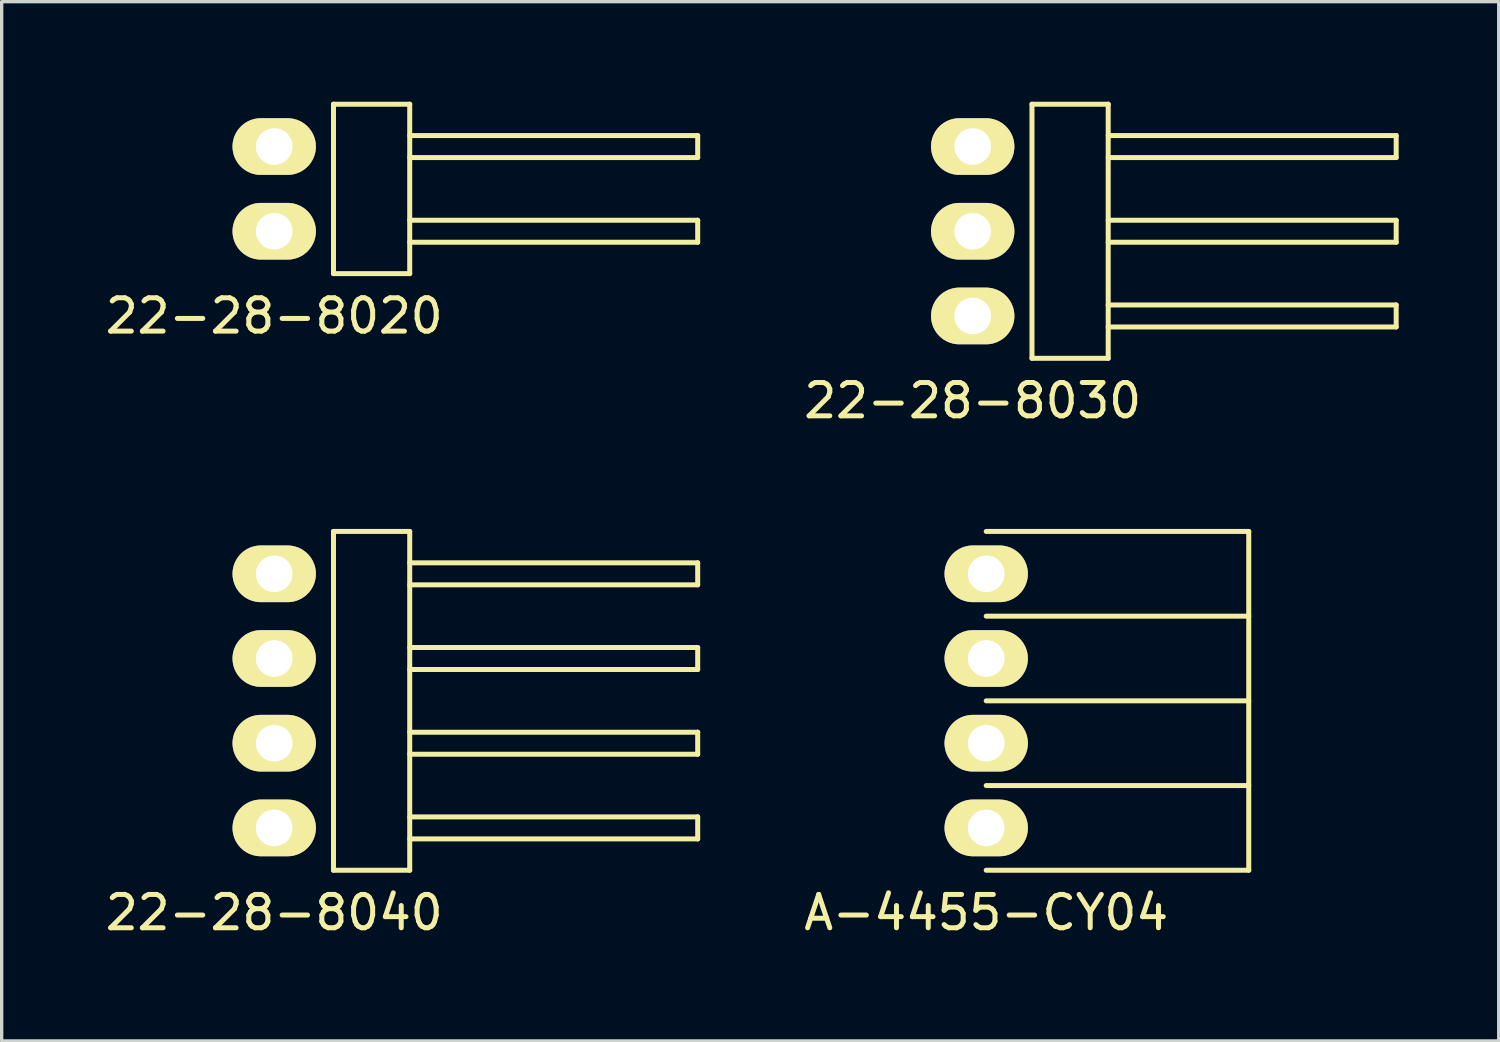
<source format=kicad_pcb>
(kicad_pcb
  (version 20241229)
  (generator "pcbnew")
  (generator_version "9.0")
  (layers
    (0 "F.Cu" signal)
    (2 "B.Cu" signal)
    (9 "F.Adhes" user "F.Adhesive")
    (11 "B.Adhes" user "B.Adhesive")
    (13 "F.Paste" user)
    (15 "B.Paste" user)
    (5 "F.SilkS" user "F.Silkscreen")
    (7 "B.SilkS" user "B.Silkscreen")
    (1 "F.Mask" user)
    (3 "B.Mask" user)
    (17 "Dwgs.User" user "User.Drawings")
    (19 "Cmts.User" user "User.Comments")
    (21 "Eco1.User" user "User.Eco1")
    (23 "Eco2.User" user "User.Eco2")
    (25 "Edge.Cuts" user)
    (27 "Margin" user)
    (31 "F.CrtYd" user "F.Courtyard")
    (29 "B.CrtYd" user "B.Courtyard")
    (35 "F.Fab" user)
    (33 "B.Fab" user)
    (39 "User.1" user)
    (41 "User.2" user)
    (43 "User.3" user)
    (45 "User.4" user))
  (footprint "22-28-8040"
    (layer "F.Cu")
    (at 5.173 17.968)
    (property "Reference" "22-28-8040" (at 0 6.35 0) (layer "F.SilkS") (effects (font (size 1 1) (thickness 0.15))))
    (attr through_hole)
    (fp_line (start 1.778 -5.08) (end 4.064 -5.08) (stroke (width 0.15) (type solid)) (layer "F.SilkS"))
    (fp_line (start 1.778 5.08) (end 1.778 -5.08) (stroke (width 0.15) (type solid)) (layer "F.SilkS"))
    (fp_line (start 4.064 -5.08) (end 4.064 5.08) (stroke (width 0.15) (type solid)) (layer "F.SilkS"))
    (fp_line (start 4.064 -4.14) (end 12.7 -4.14) (stroke (width 0.15) (type solid)) (layer "F.SilkS"))
    (fp_line (start 4.064 -1.6) (end 12.7 -1.6) (stroke (width 0.15) (type solid)) (layer "F.SilkS"))
    (fp_line (start 4.064 0.94) (end 12.7 0.94) (stroke (width 0.15) (type solid)) (layer "F.SilkS"))
    (fp_line (start 4.064 3.48) (end 12.7 3.48) (stroke (width 0.15) (type solid)) (layer "F.SilkS"))
    (fp_line (start 4.064 5.08) (end 1.778 5.08) (stroke (width 0.15) (type solid)) (layer "F.SilkS"))
    (fp_line (start 12.7 -4.14) (end 12.7 -3.48) (stroke (width 0.15) (type solid)) (layer "F.SilkS"))
    (fp_line (start 12.7 -3.48) (end 4.064 -3.48) (stroke (width 0.15) (type solid)) (layer "F.SilkS"))
    (fp_line (start 12.7 -1.6) (end 12.7 -0.94) (stroke (width 0.15) (type solid)) (layer "F.SilkS"))
    (fp_line (start 12.7 -0.94) (end 4.064 -0.94) (stroke (width 0.15) (type solid)) (layer "F.SilkS"))
    (fp_line (start 12.7 0.94) (end 12.7 1.6) (stroke (width 0.15) (type solid)) (layer "F.SilkS"))
    (fp_line (start 12.7 1.6) (end 4.064 1.6) (stroke (width 0.15) (type solid)) (layer "F.SilkS"))
    (fp_line (start 12.7 3.48) (end 12.7 4.14) (stroke (width 0.15) (type solid)) (layer "F.SilkS"))
    (fp_line (start 12.7 4.14) (end 4.064 4.14) (stroke (width 0.15) (type solid)) (layer "F.SilkS"))
    (pad "1" thru_hole oval (at 0 3.81) (size 2.5 1.7) (drill 1.1) (layers "*.Cu" "*.Mask" "F.SilkS"))
    (pad "2" thru_hole oval (at 0 1.27) (size 2.5 1.7) (drill 1.1) (layers "*.Cu" "*.Mask" "F.SilkS"))
    (pad "3" thru_hole oval (at 0 -1.27) (size 2.5 1.7) (drill 1.1) (layers "*.Cu" "*.Mask" "F.SilkS"))
    (pad "4" thru_hole oval (at 0 -3.81) (size 2.5 1.7) (drill 1.1) (layers "*.Cu" "*.Mask" "F.SilkS")))
  (footprint "22-28-8030"
    (layer "F.Cu")
    (at 26.12 3.885)
    (property "Reference" "22-28-8030" (at 0 5.08 0) (layer "F.SilkS") (effects (font (size 1 1) (thickness 0.15))))
    (attr through_hole)
    (fp_line (start 1.778 -3.81) (end 4.064 -3.81) (stroke (width 0.15) (type solid)) (layer "F.SilkS"))
    (fp_line (start 1.778 3.81) (end 1.778 -3.81) (stroke (width 0.15) (type solid)) (layer "F.SilkS"))
    (fp_line (start 4.064 -3.81) (end 4.064 3.81) (stroke (width 0.15) (type solid)) (layer "F.SilkS"))
    (fp_line (start 4.064 -2.87) (end 12.7 -2.87) (stroke (width 0.15) (type solid)) (layer "F.SilkS"))
    (fp_line (start 4.064 -0.33) (end 12.7 -0.33) (stroke (width 0.15) (type solid)) (layer "F.SilkS"))
    (fp_line (start 4.064 2.21) (end 12.7 2.21) (stroke (width 0.15) (type solid)) (layer "F.SilkS"))
    (fp_line (start 4.064 3.81) (end 1.778 3.81) (stroke (width 0.15) (type solid)) (layer "F.SilkS"))
    (fp_line (start 12.7 -2.87) (end 12.7 -2.21) (stroke (width 0.15) (type solid)) (layer "F.SilkS"))
    (fp_line (start 12.7 -2.21) (end 4.064 -2.21) (stroke (width 0.15) (type solid)) (layer "F.SilkS"))
    (fp_line (start 12.7 -0.33) (end 12.7 0.33) (stroke (width 0.15) (type solid)) (layer "F.SilkS"))
    (fp_line (start 12.7 0.33) (end 4.064 0.33) (stroke (width 0.15) (type solid)) (layer "F.SilkS"))
    (fp_line (start 12.7 2.21) (end 12.7 2.87) (stroke (width 0.15) (type solid)) (layer "F.SilkS"))
    (fp_line (start 12.7 2.87) (end 4.064 2.87) (stroke (width 0.15) (type solid)) (layer "F.SilkS"))
    (pad "1" thru_hole oval (at 0 2.54) (size 2.5 1.7) (drill 1.1) (layers "*.Cu" "*.Mask" "F.SilkS"))
    (pad "2" thru_hole oval (at 0 0) (size 2.5 1.7) (drill 1.1) (layers "*.Cu" "*.Mask" "F.SilkS"))
    (pad "3" thru_hole oval (at 0 -2.54) (size 2.5 1.7) (drill 1.1) (layers "*.Cu" "*.Mask" "F.SilkS")))
  (footprint "22-28-8020"
    (layer "F.Cu")
    (at 5.173 2.615)
    (property "Reference" "22-28-8020" (at 0 3.81 0) (layer "F.SilkS") (effects (font (size 1 1) (thickness 0.15))))
    (attr through_hole)
    (fp_line (start 1.778 -2.54) (end 4.064 -2.54) (stroke (width 0.15) (type solid)) (layer "F.SilkS"))
    (fp_line (start 1.778 2.54) (end 1.778 -2.54) (stroke (width 0.15) (type solid)) (layer "F.SilkS"))
    (fp_line (start 4.064 -2.54) (end 4.064 2.54) (stroke (width 0.15) (type solid)) (layer "F.SilkS"))
    (fp_line (start 4.064 -1.6) (end 12.7 -1.6) (stroke (width 0.15) (type solid)) (layer "F.SilkS"))
    (fp_line (start 4.064 0.94) (end 12.7 0.94) (stroke (width 0.15) (type solid)) (layer "F.SilkS"))
    (fp_line (start 4.064 2.54) (end 1.778 2.54) (stroke (width 0.15) (type solid)) (layer "F.SilkS"))
    (fp_line (start 12.7 -1.6) (end 12.7 -0.94) (stroke (width 0.15) (type solid)) (layer "F.SilkS"))
    (fp_line (start 12.7 -0.94) (end 4.064 -0.94) (stroke (width 0.15) (type solid)) (layer "F.SilkS"))
    (fp_line (start 12.7 0.94) (end 12.7 1.6) (stroke (width 0.15) (type solid)) (layer "F.SilkS"))
    (fp_line (start 12.7 1.6) (end 4.064 1.6) (stroke (width 0.15) (type solid)) (layer "F.SilkS"))
    (pad "1" thru_hole oval (at 0 1.27) (size 2.5 1.7) (drill 1.1) (layers "*.Cu" "*.Mask" "F.SilkS"))
    (pad "2" thru_hole oval (at 0 -1.27) (size 2.5 1.7) (drill 1.1) (layers "*.Cu" "*.Mask" "F.SilkS")))
  (footprint "A-4455-CY04"
    (layer "F.Cu")
    (at 26.525 17.968)
    (property "Reference" "A-4455-CY04" (at 0 6.35 0) (layer "F.SilkS") (effects (font (size 1 1) (thickness 0.15))))
    (attr through_hole)
    (fp_line (start 0 -5.08) (end 7.874 -5.08) (stroke (width 0.15) (type solid)) (layer "F.SilkS"))
    (fp_line (start 0 -2.54) (end 7.874 -2.54) (stroke (width 0.15) (type solid)) (layer "F.SilkS"))
    (fp_line (start 0 0) (end 7.874 0) (stroke (width 0.15) (type solid)) (layer "F.SilkS"))
    (fp_line (start 0 2.54) (end 7.874 2.54) (stroke (width 0.15) (type solid)) (layer "F.SilkS"))
    (fp_line (start 0 5.08) (end 7.874 5.08) (stroke (width 0.15) (type solid)) (layer "F.SilkS"))
    (fp_line (start 7.874 -5.08) (end 7.874 5.08) (stroke (width 0.15) (type solid)) (layer "F.SilkS"))
    (pad "1" thru_hole oval (at 0 3.81) (size 2.5 1.7) (drill 1.1) (layers "*.Cu" "*.Mask" "F.SilkS"))
    (pad "2" thru_hole oval (at 0 1.27) (size 2.5 1.7) (drill 1.1) (layers "*.Cu" "*.Mask" "F.SilkS"))
    (pad "3" thru_hole oval (at 0 -1.27) (size 2.5 1.7) (drill 1.1) (layers "*.Cu" "*.Mask" "F.SilkS"))
    (pad "4" thru_hole oval (at 0 -3.81) (size 2.5 1.7) (drill 1.1) (layers "*.Cu" "*.Mask" "F.SilkS")))
  (gr_rect
    (start -3 -3)
    (end 41.895 28.166)
    (stroke (width 0.1) (type default))
    (fill no)
    (layer "Edge.Cuts")))
</source>
